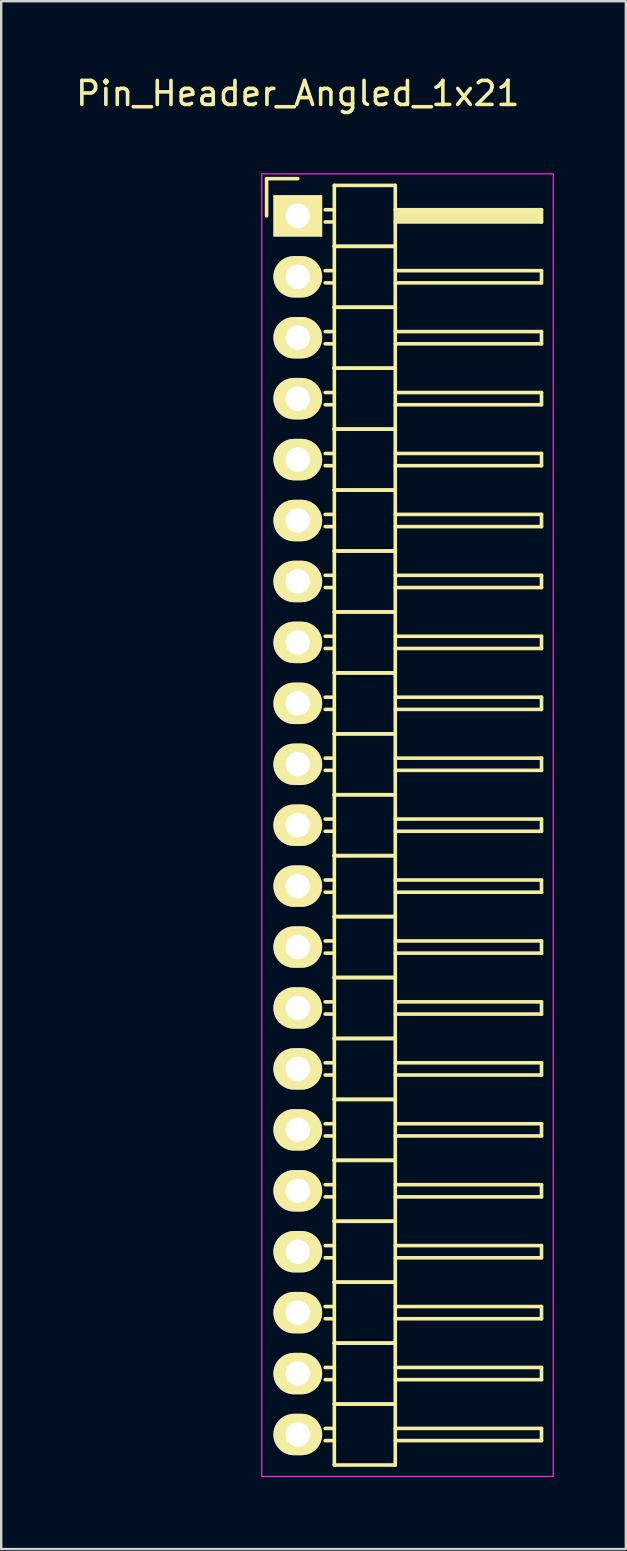
<source format=kicad_pcb>
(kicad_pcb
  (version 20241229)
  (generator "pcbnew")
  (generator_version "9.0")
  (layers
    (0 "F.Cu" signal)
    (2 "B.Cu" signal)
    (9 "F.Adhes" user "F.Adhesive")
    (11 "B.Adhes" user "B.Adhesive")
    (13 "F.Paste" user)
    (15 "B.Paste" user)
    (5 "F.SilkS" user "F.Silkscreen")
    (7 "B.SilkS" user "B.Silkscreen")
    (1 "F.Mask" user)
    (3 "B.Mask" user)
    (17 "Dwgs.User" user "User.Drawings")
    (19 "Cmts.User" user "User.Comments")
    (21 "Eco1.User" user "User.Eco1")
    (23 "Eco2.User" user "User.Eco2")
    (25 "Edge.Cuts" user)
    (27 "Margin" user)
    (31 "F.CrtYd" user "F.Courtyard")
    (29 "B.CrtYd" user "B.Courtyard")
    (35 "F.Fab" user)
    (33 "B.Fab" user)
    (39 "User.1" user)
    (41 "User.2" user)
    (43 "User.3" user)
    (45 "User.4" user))
  (footprint "Pin_Header_Angled_1x21"
    (layer "F.Cu")
    (at 9.363 5.948)
    (property "Reference" "Pin_Header_Angled_1x21" (at 0 -5.1 0) (layer "F.SilkS") (effects (font (size 1 1) (thickness 0.15))))
    (attr through_hole)
    (fp_line (start -1.3 -1.55) (end -1.3 0) (stroke (width 0.15) (type solid)) (layer "F.SilkS"))
    (fp_line (start 0 -1.55) (end -1.3 -1.55) (stroke (width 0.15) (type solid)) (layer "F.SilkS"))
    (fp_line (start 1.524 -1.27) (end 1.524 1.27) (stroke (width 0.15) (type solid)) (layer "F.SilkS"))
    (fp_line (start 1.524 -1.27) (end 4.064 -1.27) (stroke (width 0.15) (type solid)) (layer "F.SilkS"))
    (fp_line (start 1.524 -0.254) (end 1.143 -0.254) (stroke (width 0.15) (type solid)) (layer "F.SilkS"))
    (fp_line (start 1.524 0.254) (end 1.143 0.254) (stroke (width 0.15) (type solid)) (layer "F.SilkS"))
    (fp_line (start 1.524 1.27) (end 1.524 3.81) (stroke (width 0.15) (type solid)) (layer "F.SilkS"))
    (fp_line (start 1.524 1.27) (end 4.064 1.27) (stroke (width 0.15) (type solid)) (layer "F.SilkS"))
    (fp_line (start 1.524 1.27) (end 4.064 1.27) (stroke (width 0.15) (type solid)) (layer "F.SilkS"))
    (fp_line (start 1.524 2.286) (end 1.143 2.286) (stroke (width 0.15) (type solid)) (layer "F.SilkS"))
    (fp_line (start 1.524 2.794) (end 1.143 2.794) (stroke (width 0.15) (type solid)) (layer "F.SilkS"))
    (fp_line (start 1.524 3.81) (end 1.524 6.35) (stroke (width 0.15) (type solid)) (layer "F.SilkS"))
    (fp_line (start 1.524 3.81) (end 4.064 3.81) (stroke (width 0.15) (type solid)) (layer "F.SilkS"))
    (fp_line (start 1.524 3.81) (end 4.064 3.81) (stroke (width 0.15) (type solid)) (layer "F.SilkS"))
    (fp_line (start 1.524 4.826) (end 1.143 4.826) (stroke (width 0.15) (type solid)) (layer "F.SilkS"))
    (fp_line (start 1.524 5.334) (end 1.143 5.334) (stroke (width 0.15) (type solid)) (layer "F.SilkS"))
    (fp_line (start 1.524 6.35) (end 1.524 8.89) (stroke (width 0.15) (type solid)) (layer "F.SilkS"))
    (fp_line (start 1.524 6.35) (end 4.064 6.35) (stroke (width 0.15) (type solid)) (layer "F.SilkS"))
    (fp_line (start 1.524 6.35) (end 4.064 6.35) (stroke (width 0.15) (type solid)) (layer "F.SilkS"))
    (fp_line (start 1.524 7.366) (end 1.143 7.366) (stroke (width 0.15) (type solid)) (layer "F.SilkS"))
    (fp_line (start 1.524 7.874) (end 1.143 7.874) (stroke (width 0.15) (type solid)) (layer "F.SilkS"))
    (fp_line (start 1.524 8.89) (end 1.524 11.43) (stroke (width 0.15) (type solid)) (layer "F.SilkS"))
    (fp_line (start 1.524 8.89) (end 4.064 8.89) (stroke (width 0.15) (type solid)) (layer "F.SilkS"))
    (fp_line (start 1.524 8.89) (end 4.064 8.89) (stroke (width 0.15) (type solid)) (layer "F.SilkS"))
    (fp_line (start 1.524 9.906) (end 1.143 9.906) (stroke (width 0.15) (type solid)) (layer "F.SilkS"))
    (fp_line (start 1.524 10.414) (end 1.143 10.414) (stroke (width 0.15) (type solid)) (layer "F.SilkS"))
    (fp_line (start 1.524 11.43) (end 1.524 13.97) (stroke (width 0.15) (type solid)) (layer "F.SilkS"))
    (fp_line (start 1.524 11.43) (end 4.064 11.43) (stroke (width 0.15) (type solid)) (layer "F.SilkS"))
    (fp_line (start 1.524 11.43) (end 4.064 11.43) (stroke (width 0.15) (type solid)) (layer "F.SilkS"))
    (fp_line (start 1.524 12.446) (end 1.143 12.446) (stroke (width 0.15) (type solid)) (layer "F.SilkS"))
    (fp_line (start 1.524 12.954) (end 1.143 12.954) (stroke (width 0.15) (type solid)) (layer "F.SilkS"))
    (fp_line (start 1.524 13.97) (end 1.524 16.51) (stroke (width 0.15) (type solid)) (layer "F.SilkS"))
    (fp_line (start 1.524 13.97) (end 4.064 13.97) (stroke (width 0.15) (type solid)) (layer "F.SilkS"))
    (fp_line (start 1.524 13.97) (end 4.064 13.97) (stroke (width 0.15) (type solid)) (layer "F.SilkS"))
    (fp_line (start 1.524 14.986) (end 1.143 14.986) (stroke (width 0.15) (type solid)) (layer "F.SilkS"))
    (fp_line (start 1.524 15.494) (end 1.143 15.494) (stroke (width 0.15) (type solid)) (layer "F.SilkS"))
    (fp_line (start 1.524 16.51) (end 1.524 19.05) (stroke (width 0.15) (type solid)) (layer "F.SilkS"))
    (fp_line (start 1.524 16.51) (end 4.064 16.51) (stroke (width 0.15) (type solid)) (layer "F.SilkS"))
    (fp_line (start 1.524 16.51) (end 4.064 16.51) (stroke (width 0.15) (type solid)) (layer "F.SilkS"))
    (fp_line (start 1.524 17.526) (end 1.143 17.526) (stroke (width 0.15) (type solid)) (layer "F.SilkS"))
    (fp_line (start 1.524 18.034) (end 1.143 18.034) (stroke (width 0.15) (type solid)) (layer "F.SilkS"))
    (fp_line (start 1.524 19.05) (end 1.524 21.59) (stroke (width 0.15) (type solid)) (layer "F.SilkS"))
    (fp_line (start 1.524 19.05) (end 4.064 19.05) (stroke (width 0.15) (type solid)) (layer "F.SilkS"))
    (fp_line (start 1.524 19.05) (end 4.064 19.05) (stroke (width 0.15) (type solid)) (layer "F.SilkS"))
    (fp_line (start 1.524 20.066) (end 1.143 20.066) (stroke (width 0.15) (type solid)) (layer "F.SilkS"))
    (fp_line (start 1.524 20.574) (end 1.143 20.574) (stroke (width 0.15) (type solid)) (layer "F.SilkS"))
    (fp_line (start 1.524 21.59) (end 1.524 24.13) (stroke (width 0.15) (type solid)) (layer "F.SilkS"))
    (fp_line (start 1.524 21.59) (end 4.064 21.59) (stroke (width 0.15) (type solid)) (layer "F.SilkS"))
    (fp_line (start 1.524 21.59) (end 4.064 21.59) (stroke (width 0.15) (type solid)) (layer "F.SilkS"))
    (fp_line (start 1.524 22.606) (end 1.143 22.606) (stroke (width 0.15) (type solid)) (layer "F.SilkS"))
    (fp_line (start 1.524 23.114) (end 1.143 23.114) (stroke (width 0.15) (type solid)) (layer "F.SilkS"))
    (fp_line (start 1.524 24.13) (end 1.524 26.67) (stroke (width 0.15) (type solid)) (layer "F.SilkS"))
    (fp_line (start 1.524 24.13) (end 4.064 24.13) (stroke (width 0.15) (type solid)) (layer "F.SilkS"))
    (fp_line (start 1.524 24.13) (end 4.064 24.13) (stroke (width 0.15) (type solid)) (layer "F.SilkS"))
    (fp_line (start 1.524 25.146) (end 1.143 25.146) (stroke (width 0.15) (type solid)) (layer "F.SilkS"))
    (fp_line (start 1.524 25.654) (end 1.143 25.654) (stroke (width 0.15) (type solid)) (layer "F.SilkS"))
    (fp_line (start 1.524 26.67) (end 1.524 29.21) (stroke (width 0.15) (type solid)) (layer "F.SilkS"))
    (fp_line (start 1.524 26.67) (end 4.064 26.67) (stroke (width 0.15) (type solid)) (layer "F.SilkS"))
    (fp_line (start 1.524 26.67) (end 4.064 26.67) (stroke (width 0.15) (type solid)) (layer "F.SilkS"))
    (fp_line (start 1.524 27.686) (end 1.143 27.686) (stroke (width 0.15) (type solid)) (layer "F.SilkS"))
    (fp_line (start 1.524 28.194) (end 1.143 28.194) (stroke (width 0.15) (type solid)) (layer "F.SilkS"))
    (fp_line (start 1.524 29.21) (end 1.524 31.75) (stroke (width 0.15) (type solid)) (layer "F.SilkS"))
    (fp_line (start 1.524 29.21) (end 4.064 29.21) (stroke (width 0.15) (type solid)) (layer "F.SilkS"))
    (fp_line (start 1.524 29.21) (end 4.064 29.21) (stroke (width 0.15) (type solid)) (layer "F.SilkS"))
    (fp_line (start 1.524 30.226) (end 1.143 30.226) (stroke (width 0.15) (type solid)) (layer "F.SilkS"))
    (fp_line (start 1.524 30.734) (end 1.143 30.734) (stroke (width 0.15) (type solid)) (layer "F.SilkS"))
    (fp_line (start 1.524 31.75) (end 1.524 34.29) (stroke (width 0.15) (type solid)) (layer "F.SilkS"))
    (fp_line (start 1.524 31.75) (end 4.064 31.75) (stroke (width 0.15) (type solid)) (layer "F.SilkS"))
    (fp_line (start 1.524 31.75) (end 4.064 31.75) (stroke (width 0.15) (type solid)) (layer "F.SilkS"))
    (fp_line (start 1.524 32.766) (end 1.143 32.766) (stroke (width 0.15) (type solid)) (layer "F.SilkS"))
    (fp_line (start 1.524 33.274) (end 1.143 33.274) (stroke (width 0.15) (type solid)) (layer "F.SilkS"))
    (fp_line (start 1.524 34.29) (end 1.524 36.83) (stroke (width 0.15) (type solid)) (layer "F.SilkS"))
    (fp_line (start 1.524 34.29) (end 4.064 34.29) (stroke (width 0.15) (type solid)) (layer "F.SilkS"))
    (fp_line (start 1.524 34.29) (end 4.064 34.29) (stroke (width 0.15) (type solid)) (layer "F.SilkS"))
    (fp_line (start 1.524 35.306) (end 1.143 35.306) (stroke (width 0.15) (type solid)) (layer "F.SilkS"))
    (fp_line (start 1.524 35.814) (end 1.143 35.814) (stroke (width 0.15) (type solid)) (layer "F.SilkS"))
    (fp_line (start 1.524 36.83) (end 1.524 39.37) (stroke (width 0.15) (type solid)) (layer "F.SilkS"))
    (fp_line (start 1.524 36.83) (end 4.064 36.83) (stroke (width 0.15) (type solid)) (layer "F.SilkS"))
    (fp_line (start 1.524 36.83) (end 4.064 36.83) (stroke (width 0.15) (type solid)) (layer "F.SilkS"))
    (fp_line (start 1.524 37.846) (end 1.143 37.846) (stroke (width 0.15) (type solid)) (layer "F.SilkS"))
    (fp_line (start 1.524 38.354) (end 1.143 38.354) (stroke (width 0.15) (type solid)) (layer "F.SilkS"))
    (fp_line (start 1.524 39.37) (end 1.524 41.91) (stroke (width 0.15) (type solid)) (layer "F.SilkS"))
    (fp_line (start 1.524 39.37) (end 4.064 39.37) (stroke (width 0.15) (type solid)) (layer "F.SilkS"))
    (fp_line (start 1.524 39.37) (end 4.064 39.37) (stroke (width 0.15) (type solid)) (layer "F.SilkS"))
    (fp_line (start 1.524 40.386) (end 1.143 40.386) (stroke (width 0.15) (type solid)) (layer "F.SilkS"))
    (fp_line (start 1.524 40.894) (end 1.143 40.894) (stroke (width 0.15) (type solid)) (layer "F.SilkS"))
    (fp_line (start 1.524 41.91) (end 1.524 44.45) (stroke (width 0.15) (type solid)) (layer "F.SilkS"))
    (fp_line (start 1.524 41.91) (end 4.064 41.91) (stroke (width 0.15) (type solid)) (layer "F.SilkS"))
    (fp_line (start 1.524 41.91) (end 4.064 41.91) (stroke (width 0.15) (type solid)) (layer "F.SilkS"))
    (fp_line (start 1.524 42.926) (end 1.143 42.926) (stroke (width 0.15) (type solid)) (layer "F.SilkS"))
    (fp_line (start 1.524 43.434) (end 1.143 43.434) (stroke (width 0.15) (type solid)) (layer "F.SilkS"))
    (fp_line (start 1.524 44.45) (end 1.524 46.99) (stroke (width 0.15) (type solid)) (layer "F.SilkS"))
    (fp_line (start 1.524 44.45) (end 4.064 44.45) (stroke (width 0.15) (type solid)) (layer "F.SilkS"))
    (fp_line (start 1.524 44.45) (end 4.064 44.45) (stroke (width 0.15) (type solid)) (layer "F.SilkS"))
    (fp_line (start 1.524 45.466) (end 1.143 45.466) (stroke (width 0.15) (type solid)) (layer "F.SilkS"))
    (fp_line (start 1.524 45.974) (end 1.143 45.974) (stroke (width 0.15) (type solid)) (layer "F.SilkS"))
    (fp_line (start 1.524 46.99) (end 1.524 49.53) (stroke (width 0.15) (type solid)) (layer "F.SilkS"))
    (fp_line (start 1.524 46.99) (end 4.064 46.99) (stroke (width 0.15) (type solid)) (layer "F.SilkS"))
    (fp_line (start 1.524 46.99) (end 4.064 46.99) (stroke (width 0.15) (type solid)) (layer "F.SilkS"))
    (fp_line (start 1.524 48.006) (end 1.143 48.006) (stroke (width 0.15) (type solid)) (layer "F.SilkS"))
    (fp_line (start 1.524 48.514) (end 1.143 48.514) (stroke (width 0.15) (type solid)) (layer "F.SilkS"))
    (fp_line (start 1.524 49.53) (end 1.524 52.07) (stroke (width 0.15) (type solid)) (layer "F.SilkS"))
    (fp_line (start 1.524 49.53) (end 4.064 49.53) (stroke (width 0.15) (type solid)) (layer "F.SilkS"))
    (fp_line (start 1.524 49.53) (end 4.064 49.53) (stroke (width 0.15) (type solid)) (layer "F.SilkS"))
    (fp_line (start 1.524 50.546) (end 1.143 50.546) (stroke (width 0.15) (type solid)) (layer "F.SilkS"))
    (fp_line (start 1.524 51.054) (end 1.143 51.054) (stroke (width 0.15) (type solid)) (layer "F.SilkS"))
    (fp_line (start 1.524 52.07) (end 4.064 52.07) (stroke (width 0.15) (type solid)) (layer "F.SilkS"))
    (fp_line (start 4.064 -0.254) (end 10.16 -0.254) (stroke (width 0.15) (type solid)) (layer "F.SilkS"))
    (fp_line (start 4.064 1.27) (end 4.064 -1.27) (stroke (width 0.15) (type solid)) (layer "F.SilkS"))
    (fp_line (start 4.064 2.286) (end 10.16 2.286) (stroke (width 0.15) (type solid)) (layer "F.SilkS"))
    (fp_line (start 4.064 3.81) (end 4.064 1.27) (stroke (width 0.15) (type solid)) (layer "F.SilkS"))
    (fp_line (start 4.064 4.826) (end 10.16 4.826) (stroke (width 0.15) (type solid)) (layer "F.SilkS"))
    (fp_line (start 4.064 6.35) (end 4.064 3.81) (stroke (width 0.15) (type solid)) (layer "F.SilkS"))
    (fp_line (start 4.064 7.366) (end 10.16 7.366) (stroke (width 0.15) (type solid)) (layer "F.SilkS"))
    (fp_line (start 4.064 8.89) (end 4.064 6.35) (stroke (width 0.15) (type solid)) (layer "F.SilkS"))
    (fp_line (start 4.064 9.906) (end 10.16 9.906) (stroke (width 0.15) (type solid)) (layer "F.SilkS"))
    (fp_line (start 4.064 11.43) (end 4.064 8.89) (stroke (width 0.15) (type solid)) (layer "F.SilkS"))
    (fp_line (start 4.064 12.446) (end 10.16 12.446) (stroke (width 0.15) (type solid)) (layer "F.SilkS"))
    (fp_line (start 4.064 13.97) (end 4.064 11.43) (stroke (width 0.15) (type solid)) (layer "F.SilkS"))
    (fp_line (start 4.064 14.986) (end 10.16 14.986) (stroke (width 0.15) (type solid)) (layer "F.SilkS"))
    (fp_line (start 4.064 16.51) (end 4.064 13.97) (stroke (width 0.15) (type solid)) (layer "F.SilkS"))
    (fp_line (start 4.064 17.526) (end 10.16 17.526) (stroke (width 0.15) (type solid)) (layer "F.SilkS"))
    (fp_line (start 4.064 19.05) (end 4.064 16.51) (stroke (width 0.15) (type solid)) (layer "F.SilkS"))
    (fp_line (start 4.064 20.066) (end 10.16 20.066) (stroke (width 0.15) (type solid)) (layer "F.SilkS"))
    (fp_line (start 4.064 21.59) (end 4.064 19.05) (stroke (width 0.15) (type solid)) (layer "F.SilkS"))
    (fp_line (start 4.064 22.606) (end 10.16 22.606) (stroke (width 0.15) (type solid)) (layer "F.SilkS"))
    (fp_line (start 4.064 24.13) (end 4.064 21.59) (stroke (width 0.15) (type solid)) (layer "F.SilkS"))
    (fp_line (start 4.064 25.146) (end 10.16 25.146) (stroke (width 0.15) (type solid)) (layer "F.SilkS"))
    (fp_line (start 4.064 26.67) (end 4.064 24.13) (stroke (width 0.15) (type solid)) (layer "F.SilkS"))
    (fp_line (start 4.064 27.686) (end 10.16 27.686) (stroke (width 0.15) (type solid)) (layer "F.SilkS"))
    (fp_line (start 4.064 29.21) (end 4.064 26.67) (stroke (width 0.15) (type solid)) (layer "F.SilkS"))
    (fp_line (start 4.064 30.226) (end 10.16 30.226) (stroke (width 0.15) (type solid)) (layer "F.SilkS"))
    (fp_line (start 4.064 31.75) (end 4.064 29.21) (stroke (width 0.15) (type solid)) (layer "F.SilkS"))
    (fp_line (start 4.064 32.766) (end 10.16 32.766) (stroke (width 0.15) (type solid)) (layer "F.SilkS"))
    (fp_line (start 4.064 34.29) (end 4.064 31.75) (stroke (width 0.15) (type solid)) (layer "F.SilkS"))
    (fp_line (start 4.064 35.306) (end 10.16 35.306) (stroke (width 0.15) (type solid)) (layer "F.SilkS"))
    (fp_line (start 4.064 36.83) (end 4.064 34.29) (stroke (width 0.15) (type solid)) (layer "F.SilkS"))
    (fp_line (start 4.064 37.846) (end 10.16 37.846) (stroke (width 0.15) (type solid)) (layer "F.SilkS"))
    (fp_line (start 4.064 39.37) (end 4.064 36.83) (stroke (width 0.15) (type solid)) (layer "F.SilkS"))
    (fp_line (start 4.064 40.386) (end 10.16 40.386) (stroke (width 0.15) (type solid)) (layer "F.SilkS"))
    (fp_line (start 4.064 41.91) (end 4.064 39.37) (stroke (width 0.15) (type solid)) (layer "F.SilkS"))
    (fp_line (start 4.064 42.926) (end 10.16 42.926) (stroke (width 0.15) (type solid)) (layer "F.SilkS"))
    (fp_line (start 4.064 44.45) (end 4.064 41.91) (stroke (width 0.15) (type solid)) (layer "F.SilkS"))
    (fp_line (start 4.064 45.466) (end 10.16 45.466) (stroke (width 0.15) (type solid)) (layer "F.SilkS"))
    (fp_line (start 4.064 46.99) (end 4.064 44.45) (stroke (width 0.15) (type solid)) (layer "F.SilkS"))
    (fp_line (start 4.064 48.006) (end 10.16 48.006) (stroke (width 0.15) (type solid)) (layer "F.SilkS"))
    (fp_line (start 4.064 49.53) (end 4.064 46.99) (stroke (width 0.15) (type solid)) (layer "F.SilkS"))
    (fp_line (start 4.064 50.546) (end 10.16 50.546) (stroke (width 0.15) (type solid)) (layer "F.SilkS"))
    (fp_line (start 4.064 52.07) (end 4.064 49.53) (stroke (width 0.15) (type solid)) (layer "F.SilkS"))
    (fp_line (start 4.191 -0.127) (end 10.033 -0.127) (stroke (width 0.15) (type solid)) (layer "F.SilkS"))
    (fp_line (start 4.191 0) (end 10.033 0) (stroke (width 0.15) (type solid)) (layer "F.SilkS"))
    (fp_line (start 4.191 0.127) (end 4.191 0) (stroke (width 0.15) (type solid)) (layer "F.SilkS"))
    (fp_line (start 10.033 -0.127) (end 10.033 0.127) (stroke (width 0.15) (type solid)) (layer "F.SilkS"))
    (fp_line (start 10.033 0.127) (end 4.191 0.127) (stroke (width 0.15) (type solid)) (layer "F.SilkS"))
    (fp_line (start 10.16 -0.254) (end 10.16 0.254) (stroke (width 0.15) (type solid)) (layer "F.SilkS"))
    (fp_line (start 10.16 0.254) (end 4.064 0.254) (stroke (width 0.15) (type solid)) (layer "F.SilkS"))
    (fp_line (start 10.16 2.286) (end 10.16 2.794) (stroke (width 0.15) (type solid)) (layer "F.SilkS"))
    (fp_line (start 10.16 2.794) (end 4.064 2.794) (stroke (width 0.15) (type solid)) (layer "F.SilkS"))
    (fp_line (start 10.16 4.826) (end 10.16 5.334) (stroke (width 0.15) (type solid)) (layer "F.SilkS"))
    (fp_line (start 10.16 5.334) (end 4.064 5.334) (stroke (width 0.15) (type solid)) (layer "F.SilkS"))
    (fp_line (start 10.16 7.366) (end 10.16 7.874) (stroke (width 0.15) (type solid)) (layer "F.SilkS"))
    (fp_line (start 10.16 7.874) (end 4.064 7.874) (stroke (width 0.15) (type solid)) (layer "F.SilkS"))
    (fp_line (start 10.16 9.906) (end 10.16 10.414) (stroke (width 0.15) (type solid)) (layer "F.SilkS"))
    (fp_line (start 10.16 10.414) (end 4.064 10.414) (stroke (width 0.15) (type solid)) (layer "F.SilkS"))
    (fp_line (start 10.16 12.446) (end 10.16 12.954) (stroke (width 0.15) (type solid)) (layer "F.SilkS"))
    (fp_line (start 10.16 12.954) (end 4.064 12.954) (stroke (width 0.15) (type solid)) (layer "F.SilkS"))
    (fp_line (start 10.16 14.986) (end 10.16 15.494) (stroke (width 0.15) (type solid)) (layer "F.SilkS"))
    (fp_line (start 10.16 15.494) (end 4.064 15.494) (stroke (width 0.15) (type solid)) (layer "F.SilkS"))
    (fp_line (start 10.16 17.526) (end 10.16 18.034) (stroke (width 0.15) (type solid)) (layer "F.SilkS"))
    (fp_line (start 10.16 18.034) (end 4.064 18.034) (stroke (width 0.15) (type solid)) (layer "F.SilkS"))
    (fp_line (start 10.16 20.066) (end 10.16 20.574) (stroke (width 0.15) (type solid)) (layer "F.SilkS"))
    (fp_line (start 10.16 20.574) (end 4.064 20.574) (stroke (width 0.15) (type solid)) (layer "F.SilkS"))
    (fp_line (start 10.16 22.606) (end 10.16 23.114) (stroke (width 0.15) (type solid)) (layer "F.SilkS"))
    (fp_line (start 10.16 23.114) (end 4.064 23.114) (stroke (width 0.15) (type solid)) (layer "F.SilkS"))
    (fp_line (start 10.16 25.146) (end 10.16 25.654) (stroke (width 0.15) (type solid)) (layer "F.SilkS"))
    (fp_line (start 10.16 25.654) (end 4.064 25.654) (stroke (width 0.15) (type solid)) (layer "F.SilkS"))
    (fp_line (start 10.16 27.686) (end 10.16 28.194) (stroke (width 0.15) (type solid)) (layer "F.SilkS"))
    (fp_line (start 10.16 28.194) (end 4.064 28.194) (stroke (width 0.15) (type solid)) (layer "F.SilkS"))
    (fp_line (start 10.16 30.226) (end 10.16 30.734) (stroke (width 0.15) (type solid)) (layer "F.SilkS"))
    (fp_line (start 10.16 30.734) (end 4.064 30.734) (stroke (width 0.15) (type solid)) (layer "F.SilkS"))
    (fp_line (start 10.16 32.766) (end 10.16 33.274) (stroke (width 0.15) (type solid)) (layer "F.SilkS"))
    (fp_line (start 10.16 33.274) (end 4.064 33.274) (stroke (width 0.15) (type solid)) (layer "F.SilkS"))
    (fp_line (start 10.16 35.306) (end 10.16 35.814) (stroke (width 0.15) (type solid)) (layer "F.SilkS"))
    (fp_line (start 10.16 35.814) (end 4.064 35.814) (stroke (width 0.15) (type solid)) (layer "F.SilkS"))
    (fp_line (start 10.16 37.846) (end 10.16 38.354) (stroke (width 0.15) (type solid)) (layer "F.SilkS"))
    (fp_line (start 10.16 38.354) (end 4.064 38.354) (stroke (width 0.15) (type solid)) (layer "F.SilkS"))
    (fp_line (start 10.16 40.386) (end 10.16 40.894) (stroke (width 0.15) (type solid)) (layer "F.SilkS"))
    (fp_line (start 10.16 40.894) (end 4.064 40.894) (stroke (width 0.15) (type solid)) (layer "F.SilkS"))
    (fp_line (start 10.16 42.926) (end 10.16 43.434) (stroke (width 0.15) (type solid)) (layer "F.SilkS"))
    (fp_line (start 10.16 43.434) (end 4.064 43.434) (stroke (width 0.15) (type solid)) (layer "F.SilkS"))
    (fp_line (start 10.16 45.466) (end 10.16 45.974) (stroke (width 0.15) (type solid)) (layer "F.SilkS"))
    (fp_line (start 10.16 45.974) (end 4.064 45.974) (stroke (width 0.15) (type solid)) (layer "F.SilkS"))
    (fp_line (start 10.16 48.006) (end 10.16 48.514) (stroke (width 0.15) (type solid)) (layer "F.SilkS"))
    (fp_line (start 10.16 48.514) (end 4.064 48.514) (stroke (width 0.15) (type solid)) (layer "F.SilkS"))
    (fp_line (start 10.16 50.546) (end 10.16 51.054) (stroke (width 0.15) (type solid)) (layer "F.SilkS"))
    (fp_line (start 10.16 51.054) (end 4.064 51.054) (stroke (width 0.15) (type solid)) (layer "F.SilkS"))
    (fp_line (start -1.5 -1.75) (end -1.5 52.55) (stroke (width 0.05) (type solid)) (layer "F.CrtYd"))
    (fp_line (start -1.5 -1.75) (end 10.65 -1.75) (stroke (width 0.05) (type solid)) (layer "F.CrtYd"))
    (fp_line (start -1.5 52.55) (end 10.65 52.55) (stroke (width 0.05) (type solid)) (layer "F.CrtYd"))
    (fp_line (start 10.65 -1.75) (end 10.65 52.55) (stroke (width 0.05) (type solid)) (layer "F.CrtYd"))
    (pad "1" thru_hole rect (at 0 0) (size 2.032 1.727) (drill 1.016) (layers "*.Cu" "*.Mask" "F.SilkS"))
    (pad "2" thru_hole oval (at 0 2.54) (size 2.032 1.727) (drill 1.016) (layers "*.Cu" "*.Mask" "F.SilkS"))
    (pad "3" thru_hole oval (at 0 5.08) (size 2.032 1.727) (drill 1.016) (layers "*.Cu" "*.Mask" "F.SilkS"))
    (pad "4" thru_hole oval (at 0 7.62) (size 2.032 1.727) (drill 1.016) (layers "*.Cu" "*.Mask" "F.SilkS"))
    (pad "5" thru_hole oval (at 0 10.16) (size 2.032 1.727) (drill 1.016) (layers "*.Cu" "*.Mask" "F.SilkS"))
    (pad "6" thru_hole oval (at 0 12.7) (size 2.032 1.727) (drill 1.016) (layers "*.Cu" "*.Mask" "F.SilkS"))
    (pad "7" thru_hole oval (at 0 15.24) (size 2.032 1.727) (drill 1.016) (layers "*.Cu" "*.Mask" "F.SilkS"))
    (pad "8" thru_hole oval (at 0 17.78) (size 2.032 1.727) (drill 1.016) (layers "*.Cu" "*.Mask" "F.SilkS"))
    (pad "9" thru_hole oval (at 0 20.32) (size 2.032 1.727) (drill 1.016) (layers "*.Cu" "*.Mask" "F.SilkS"))
    (pad "10" thru_hole oval (at 0 22.86) (size 2.032 1.727) (drill 1.016) (layers "*.Cu" "*.Mask" "F.SilkS"))
    (pad "11" thru_hole oval (at 0 25.4) (size 2.032 1.727) (drill 1.016) (layers "*.Cu" "*.Mask" "F.SilkS"))
    (pad "12" thru_hole oval (at 0 27.94) (size 2.032 1.727) (drill 1.016) (layers "*.Cu" "*.Mask" "F.SilkS"))
    (pad "13" thru_hole oval (at 0 30.48) (size 2.032 1.727) (drill 1.016) (layers "*.Cu" "*.Mask" "F.SilkS"))
    (pad "14" thru_hole oval (at 0 33.02) (size 2.032 1.727) (drill 1.016) (layers "*.Cu" "*.Mask" "F.SilkS"))
    (pad "15" thru_hole oval (at 0 35.56) (size 2.032 1.727) (drill 1.016) (layers "*.Cu" "*.Mask" "F.SilkS"))
    (pad "16" thru_hole oval (at 0 38.1) (size 2.032 1.727) (drill 1.016) (layers "*.Cu" "*.Mask" "F.SilkS"))
    (pad "17" thru_hole oval (at 0 40.64) (size 2.032 1.727) (drill 1.016) (layers "*.Cu" "*.Mask" "F.SilkS"))
    (pad "18" thru_hole oval (at 0 43.18) (size 2.032 1.727) (drill 1.016) (layers "*.Cu" "*.Mask" "F.SilkS"))
    (pad "19" thru_hole oval (at 0 45.72) (size 2.032 1.727) (drill 1.016) (layers "*.Cu" "*.Mask" "F.SilkS"))
    (pad "20" thru_hole oval (at 0 48.26) (size 2.032 1.727) (drill 1.016) (layers "*.Cu" "*.Mask" "F.SilkS"))
    (pad "21" thru_hole oval (at 0 50.8) (size 2.032 1.727) (drill 1.016) (layers "*.Cu" "*.Mask" "F.SilkS")))
  (gr_rect
    (start -3 -3)
    (end 23.038 61.523)
    (stroke (width 0.1) (type default))
    (fill no)
    (layer "Edge.Cuts")))
</source>
